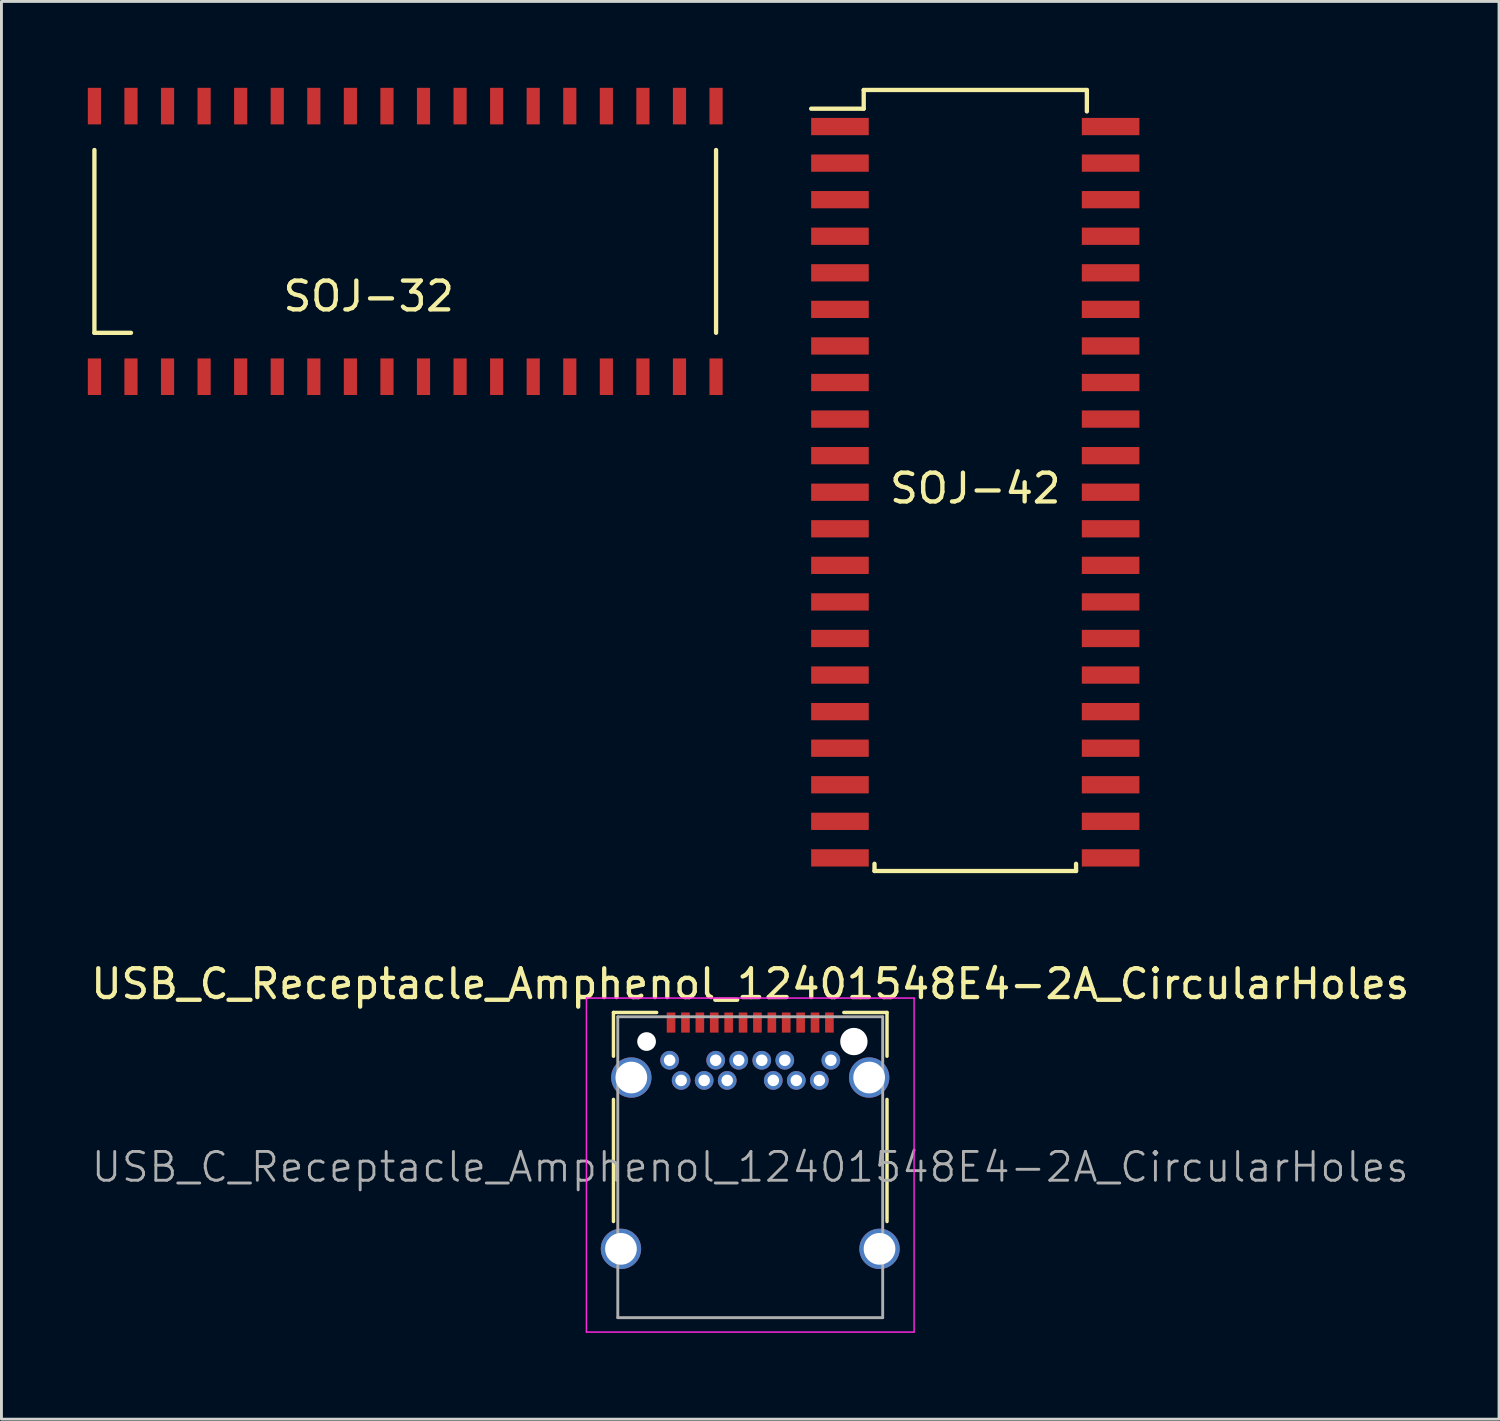
<source format=kicad_pcb>
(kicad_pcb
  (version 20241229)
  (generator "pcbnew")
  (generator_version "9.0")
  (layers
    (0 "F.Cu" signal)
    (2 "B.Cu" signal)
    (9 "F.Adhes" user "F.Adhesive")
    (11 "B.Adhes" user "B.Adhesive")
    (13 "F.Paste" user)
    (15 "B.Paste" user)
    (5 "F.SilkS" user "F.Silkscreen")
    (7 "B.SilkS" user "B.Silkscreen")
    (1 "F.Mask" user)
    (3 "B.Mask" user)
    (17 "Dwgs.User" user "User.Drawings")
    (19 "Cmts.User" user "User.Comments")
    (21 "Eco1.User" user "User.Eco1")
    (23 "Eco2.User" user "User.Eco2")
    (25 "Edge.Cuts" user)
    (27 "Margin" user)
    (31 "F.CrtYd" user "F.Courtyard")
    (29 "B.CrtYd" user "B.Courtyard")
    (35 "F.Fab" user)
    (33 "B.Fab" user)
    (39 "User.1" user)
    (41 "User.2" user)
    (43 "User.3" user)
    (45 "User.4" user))
  (footprint "USB_C_Receptacle_Amphenol_12401548E4-2A_CircularHoles"
    (layer "F.Cu")
    (at 23.006 37.483)
    (property "Reference" "USB_C_Receptacle_Amphenol_12401548E4-2A_CircularHoles" (at 0 -6.36 0) (layer "F.SilkS") (effects (font (size 1 1) (thickness 0.15))))
    (attr smd)
    (fp_line (start -4.75 -5.37) (end -4.75 -3.85) (stroke (width 0.12) (type solid)) (layer "F.SilkS"))
    (fp_line (start -4.75 -5.37) (end -3.25 -5.37) (stroke (width 0.12) (type solid)) (layer "F.SilkS"))
    (fp_line (start -4.75 -2.35) (end -4.75 1.89) (stroke (width 0.12) (type solid)) (layer "F.SilkS"))
    (fp_line (start 3.25 -5.37) (end 4.75 -5.37) (stroke (width 0.12) (type solid)) (layer "F.SilkS"))
    (fp_line (start 4.75 -5.37) (end 4.75 -3.85) (stroke (width 0.12) (type solid)) (layer "F.SilkS"))
    (fp_line (start 4.75 -2.35) (end 4.75 1.89) (stroke (width 0.12) (type solid)) (layer "F.SilkS"))
    (fp_line (start -5.69 -5.87) (end 5.69 -5.87) (stroke (width 0.05) (type solid)) (layer "F.CrtYd"))
    (fp_line (start -5.69 5.73) (end -5.69 -5.87) (stroke (width 0.05) (type solid)) (layer "F.CrtYd"))
    (fp_line (start 5.69 -5.87) (end 5.69 5.73) (stroke (width 0.05) (type solid)) (layer "F.CrtYd"))
    (fp_line (start 5.69 5.73) (end -5.69 5.73) (stroke (width 0.05) (type solid)) (layer "F.CrtYd"))
    (fp_line (start -4.6 -5.22) (end 4.6 -5.22) (stroke (width 0.1) (type solid)) (layer "F.Fab"))
    (fp_line (start -4.6 5.23) (end -4.6 -5.22) (stroke (width 0.1) (type solid)) (layer "F.Fab"))
    (fp_line (start -4.6 5.23) (end 4.6 5.23) (stroke (width 0.1) (type solid)) (layer "F.Fab"))
    (fp_line (start 4.6 5.23) (end 4.6 -5.22) (stroke (width 0.1) (type solid)) (layer "F.Fab"))
    (fp_text user "${REFERENCE}" (at 0 0 0) (layer "F.Fab") (effects (font (size 1 1) (thickness 0.1))))
    (pad "" np_thru_hole circle (at -3.6 -4.36) (size 0.65 0.65) (drill 0.65) (layers "*.Cu" "*.Mask"))
    (pad "" np_thru_hole circle (at 3.6 -4.36) (size 0.95 0.95) (drill 0.95) (layers "*.Cu" "*.Mask"))
    (pad "A1" smd rect (at -2.75 -5.02) (size 0.3 0.7) (layers "F.Cu" "F.Mask" "F.Paste"))
    (pad "A2" smd rect (at -2.25 -5.02) (size 0.3 0.7) (layers "F.Cu" "F.Mask" "F.Paste"))
    (pad "A3" smd rect (at -1.75 -5.02) (size 0.3 0.7) (layers "F.Cu" "F.Mask" "F.Paste"))
    (pad "A4" smd rect (at -1.25 -5.02) (size 0.3 0.7) (layers "F.Cu" "F.Mask" "F.Paste"))
    (pad "A5" smd rect (at -0.75 -5.02) (size 0.3 0.7) (layers "F.Cu" "F.Mask" "F.Paste"))
    (pad "A6" smd rect (at -0.25 -5.02) (size 0.3 0.7) (layers "F.Cu" "F.Mask" "F.Paste"))
    (pad "A7" smd rect (at 0.25 -5.02) (size 0.3 0.7) (layers "F.Cu" "F.Mask" "F.Paste"))
    (pad "A8" smd rect (at 0.75 -5.02) (size 0.3 0.7) (layers "F.Cu" "F.Mask" "F.Paste"))
    (pad "A9" smd rect (at 1.25 -5.02) (size 0.3 0.7) (layers "F.Cu" "F.Mask" "F.Paste"))
    (pad "A10" smd rect (at 1.75 -5.02) (size 0.3 0.7) (layers "F.Cu" "F.Mask" "F.Paste"))
    (pad "A11" smd rect (at 2.25 -5.02) (size 0.3 0.7) (layers "F.Cu" "F.Mask" "F.Paste"))
    (pad "A12" smd rect (at 2.75 -5.02) (size 0.3 0.7) (layers "F.Cu" "F.Mask" "F.Paste"))
    (pad "B1" thru_hole circle (at 2.8 -3.71) (size 0.65 0.65) (drill 0.4) (layers "*.Cu" "*.Mask"))
    (pad "B2" thru_hole circle (at 2.4 -3.01) (size 0.65 0.65) (drill 0.4) (layers "*.Cu" "*.Mask"))
    (pad "B3" thru_hole circle (at 1.6 -3.01) (size 0.65 0.65) (drill 0.4) (layers "*.Cu" "*.Mask"))
    (pad "B4" thru_hole circle (at 1.2 -3.71) (size 0.65 0.65) (drill 0.4) (layers "*.Cu" "*.Mask"))
    (pad "B5" thru_hole circle (at 0.8 -3.01) (size 0.65 0.65) (drill 0.4) (layers "*.Cu" "*.Mask"))
    (pad "B6" thru_hole circle (at 0.4 -3.71) (size 0.65 0.65) (drill 0.4) (layers "*.Cu" "*.Mask"))
    (pad "B7" thru_hole circle (at -0.4 -3.71) (size 0.65 0.65) (drill 0.4) (layers "*.Cu" "*.Mask"))
    (pad "B8" thru_hole circle (at -0.8 -3.01) (size 0.65 0.65) (drill 0.4) (layers "*.Cu" "*.Mask"))
    (pad "B9" thru_hole circle (at -1.2 -3.71) (size 0.65 0.65) (drill 0.4) (layers "*.Cu" "*.Mask"))
    (pad "B10" thru_hole circle (at -1.6 -3.01) (size 0.65 0.65) (drill 0.4) (layers "*.Cu" "*.Mask"))
    (pad "B11" thru_hole circle (at -2.4 -3.01) (size 0.65 0.65) (drill 0.4) (layers "*.Cu" "*.Mask"))
    (pad "B12" thru_hole circle (at -2.8 -3.71) (size 0.65 0.65) (drill 0.4) (layers "*.Cu" "*.Mask"))
    (pad "S1" thru_hole circle (at -4.49 2.84) (size 1.4 1.4) (drill 1.1) (layers "*.Cu" "*.Mask"))
    (pad "S1" thru_hole circle (at -4.13 -3.11) (size 1.4 1.4) (drill 1.1) (layers "*.Cu" "*.Mask"))
    (pad "S1" thru_hole circle (at 4.13 -3.11) (size 1.4 1.4) (drill 1.1) (layers "*.Cu" "*.Mask"))
    (pad "S1" thru_hole circle (at 4.49 2.84) (size 1.4 1.4) (drill 1.1) (layers "*.Cu" "*.Mask")))
  (footprint "SOJ-42"
    (layer "F.Cu")
    (at 30.822 13.41)
    (property "Reference" "SOJ-42" (at 0 0.5 0) (layer "F.SilkS") (effects (font (size 1 1) (thickness 0.15))))
    (attr through_hole)
    (fp_line (start -3.875 -13.335) (end -3.875 -12.685) (stroke (width 0.15) (type solid)) (layer "F.SilkS"))
    (fp_line (start -3.875 -13.335) (end 3.875 -13.335) (stroke (width 0.15) (type solid)) (layer "F.SilkS"))
    (fp_line (start -3.875 -12.685) (end -5.7 -12.685) (stroke (width 0.15) (type solid)) (layer "F.SilkS"))
    (fp_line (start -3.5 13.54) (end -3.5 13.79) (stroke (width 0.15) (type solid)) (layer "F.SilkS"))
    (fp_line (start -3.5 13.79) (end 3.5 13.79) (stroke (width 0.15) (type solid)) (layer "F.SilkS"))
    (fp_line (start 3.5 13.79) (end 3.5 13.54) (stroke (width 0.15) (type solid)) (layer "F.SilkS"))
    (fp_line (start 3.875 -13.335) (end 3.875 -12.59) (stroke (width 0.15) (type solid)) (layer "F.SilkS"))
    (pad "1" smd rect (at -4.7 -12.065) (size 2 0.6) (layers "F.Cu" "F.Mask" "F.Paste"))
    (pad "2" smd rect (at -4.7 -10.795) (size 2 0.6) (layers "F.Cu" "F.Mask" "F.Paste"))
    (pad "3" smd rect (at -4.7 -9.525) (size 2 0.6) (layers "F.Cu" "F.Mask" "F.Paste"))
    (pad "4" smd rect (at -4.7 -8.255) (size 2 0.6) (layers "F.Cu" "F.Mask" "F.Paste"))
    (pad "5" smd rect (at -4.7 -6.985) (size 2 0.6) (layers "F.Cu" "F.Mask" "F.Paste"))
    (pad "6" smd rect (at -4.7 -5.715) (size 2 0.6) (layers "F.Cu" "F.Mask" "F.Paste"))
    (pad "7" smd rect (at -4.7 -4.445) (size 2 0.6) (layers "F.Cu" "F.Mask" "F.Paste"))
    (pad "8" smd rect (at -4.7 -3.175) (size 2 0.6) (layers "F.Cu" "F.Mask" "F.Paste"))
    (pad "9" smd rect (at -4.7 -1.905) (size 2 0.6) (layers "F.Cu" "F.Mask" "F.Paste"))
    (pad "10" smd rect (at -4.7 -0.635) (size 2 0.6) (layers "F.Cu" "F.Mask" "F.Paste"))
    (pad "11" smd rect (at -4.7 0.635) (size 2 0.6) (layers "F.Cu" "F.Mask" "F.Paste"))
    (pad "12" smd rect (at -4.7 1.905) (size 2 0.6) (layers "F.Cu" "F.Mask" "F.Paste"))
    (pad "13" smd rect (at -4.7 3.175) (size 2 0.6) (layers "F.Cu" "F.Mask" "F.Paste"))
    (pad "14" smd rect (at -4.7 4.445) (size 2 0.6) (layers "F.Cu" "F.Mask" "F.Paste"))
    (pad "15" smd rect (at -4.7 5.715) (size 2 0.6) (layers "F.Cu" "F.Mask" "F.Paste"))
    (pad "16" smd rect (at -4.7 6.985) (size 2 0.6) (layers "F.Cu" "F.Mask" "F.Paste"))
    (pad "17" smd rect (at -4.7 8.255) (size 2 0.6) (layers "F.Cu" "F.Mask" "F.Paste"))
    (pad "18" smd rect (at -4.7 9.525) (size 2 0.6) (layers "F.Cu" "F.Mask" "F.Paste"))
    (pad "19" smd rect (at -4.7 10.795) (size 2 0.6) (layers "F.Cu" "F.Mask" "F.Paste"))
    (pad "20" smd rect (at -4.7 12.065) (size 2 0.6) (layers "F.Cu" "F.Mask" "F.Paste"))
    (pad "21" smd rect (at -4.7 13.335) (size 2 0.6) (layers "F.Cu" "F.Mask" "F.Paste"))
    (pad "22" smd rect (at 4.7 13.335) (size 2 0.6) (layers "F.Cu" "F.Mask" "F.Paste"))
    (pad "23" smd rect (at 4.7 12.065) (size 2 0.6) (layers "F.Cu" "F.Mask" "F.Paste"))
    (pad "24" smd rect (at 4.7 10.795) (size 2 0.6) (layers "F.Cu" "F.Mask" "F.Paste"))
    (pad "25" smd rect (at 4.7 9.525) (size 2 0.6) (layers "F.Cu" "F.Mask" "F.Paste"))
    (pad "26" smd rect (at 4.7 8.255) (size 2 0.6) (layers "F.Cu" "F.Mask" "F.Paste"))
    (pad "27" smd rect (at 4.7 6.985) (size 2 0.6) (layers "F.Cu" "F.Mask" "F.Paste"))
    (pad "28" smd rect (at 4.7 5.715) (size 2 0.6) (layers "F.Cu" "F.Mask" "F.Paste"))
    (pad "29" smd rect (at 4.7 4.445) (size 2 0.6) (layers "F.Cu" "F.Mask" "F.Paste"))
    (pad "30" smd rect (at 4.7 3.175) (size 2 0.6) (layers "F.Cu" "F.Mask" "F.Paste"))
    (pad "31" smd rect (at 4.7 1.905) (size 2 0.6) (layers "F.Cu" "F.Mask" "F.Paste"))
    (pad "32" smd rect (at 4.7 0.635) (size 2 0.6) (layers "F.Cu" "F.Mask" "F.Paste"))
    (pad "33" smd rect (at 4.7 -0.635) (size 2 0.6) (layers "F.Cu" "F.Mask" "F.Paste"))
    (pad "34" smd rect (at 4.7 -1.905) (size 2 0.6) (layers "F.Cu" "F.Mask" "F.Paste"))
    (pad "35" smd rect (at 4.7 -3.175) (size 2 0.6) (layers "F.Cu" "F.Mask" "F.Paste"))
    (pad "36" smd rect (at 4.7 -4.445) (size 2 0.6) (layers "F.Cu" "F.Mask" "F.Paste"))
    (pad "37" smd rect (at 4.7 -5.715) (size 2 0.6) (layers "F.Cu" "F.Mask" "F.Paste"))
    (pad "38" smd rect (at 4.7 -6.985) (size 2 0.6) (layers "F.Cu" "F.Mask" "F.Paste"))
    (pad "39" smd rect (at 4.7 -8.255) (size 2 0.6) (layers "F.Cu" "F.Mask" "F.Paste"))
    (pad "40" smd rect (at 4.7 -9.525) (size 2 0.6) (layers "F.Cu" "F.Mask" "F.Paste"))
    (pad "41" smd rect (at 4.7 -10.795) (size 2 0.6) (layers "F.Cu" "F.Mask" "F.Paste"))
    (pad "42" smd rect (at 4.7 -12.065) (size 2 0.6) (layers "F.Cu" "F.Mask" "F.Paste")))
  (footprint "SOJ-32"
    (layer "F.Cu")
    (at 9.754 5.334)
    (property "Reference" "SOJ-32" (at 0 1.905 0) (layer "F.SilkS") (effects (font (size 1 1) (thickness 0.15))))
    (attr smd)
    (fp_line (start -9.525 -3.175) (end -9.525 3.175) (stroke (width 0.15) (type solid)) (layer "F.SilkS"))
    (fp_line (start -9.525 3.175) (end -8.255 3.175) (stroke (width 0.15) (type solid)) (layer "F.SilkS"))
    (fp_line (start 12.065 3.175) (end 12.065 -3.175) (stroke (width 0.15) (type solid)) (layer "F.SilkS"))
    (pad "1" smd rect (at -9.525 4.699) (size 0.457 1.27) (layers "F.Cu" "F.Mask" "F.Paste"))
    (pad "2" smd rect (at -8.255 4.699) (size 0.457 1.27) (layers "F.Cu" "F.Mask" "F.Paste"))
    (pad "3" smd rect (at -6.985 4.699) (size 0.457 1.27) (layers "F.Cu" "F.Mask" "F.Paste"))
    (pad "4" smd rect (at -5.715 4.699) (size 0.457 1.27) (layers "F.Cu" "F.Mask" "F.Paste"))
    (pad "5" smd rect (at -4.445 4.699) (size 0.457 1.27) (layers "F.Cu" "F.Mask" "F.Paste"))
    (pad "6" smd rect (at -3.175 4.699) (size 0.457 1.27) (layers "F.Cu" "F.Mask" "F.Paste"))
    (pad "7" smd rect (at -1.905 4.699) (size 0.457 1.27) (layers "F.Cu" "F.Mask" "F.Paste"))
    (pad "8" smd rect (at -0.635 4.699) (size 0.457 1.27) (layers "F.Cu" "F.Mask" "F.Paste"))
    (pad "9" smd rect (at 0.635 4.699) (size 0.457 1.27) (layers "F.Cu" "F.Mask" "F.Paste"))
    (pad "10" smd rect (at 1.905 4.699) (size 0.457 1.27) (layers "F.Cu" "F.Mask" "F.Paste"))
    (pad "11" smd rect (at 3.175 4.699) (size 0.457 1.27) (layers "F.Cu" "F.Mask" "F.Paste"))
    (pad "12" smd rect (at 4.445 4.699) (size 0.457 1.27) (layers "F.Cu" "F.Mask" "F.Paste"))
    (pad "13" smd rect (at 5.715 4.699) (size 0.457 1.27) (layers "F.Cu" "F.Mask" "F.Paste"))
    (pad "14" smd rect (at 6.985 4.699) (size 0.457 1.27) (layers "F.Cu" "F.Mask" "F.Paste"))
    (pad "15" smd rect (at 8.255 4.699) (size 0.457 1.27) (layers "F.Cu" "F.Mask" "F.Paste"))
    (pad "16" smd rect (at 9.525 4.699) (size 0.457 1.27) (layers "F.Cu" "F.Mask" "F.Paste"))
    (pad "17" smd rect (at 10.795 4.699) (size 0.457 1.27) (layers "F.Cu" "F.Mask" "F.Paste"))
    (pad "18" smd rect (at 12.065 4.699) (size 0.457 1.27) (layers "F.Cu" "F.Mask" "F.Paste"))
    (pad "19" smd rect (at 12.065 -4.699) (size 0.457 1.27) (layers "F.Cu" "F.Mask" "F.Paste"))
    (pad "20" smd rect (at 10.795 -4.699) (size 0.457 1.27) (layers "F.Cu" "F.Mask" "F.Paste"))
    (pad "21" smd rect (at 9.525 -4.699) (size 0.457 1.27) (layers "F.Cu" "F.Mask" "F.Paste"))
    (pad "22" smd rect (at 8.255 -4.699) (size 0.457 1.27) (layers "F.Cu" "F.Mask" "F.Paste"))
    (pad "23" smd rect (at 6.985 -4.699) (size 0.457 1.27) (layers "F.Cu" "F.Mask" "F.Paste"))
    (pad "24" smd rect (at 5.715 -4.699) (size 0.457 1.27) (layers "F.Cu" "F.Mask" "F.Paste"))
    (pad "25" smd rect (at 4.445 -4.699) (size 0.457 1.27) (layers "F.Cu" "F.Mask" "F.Paste"))
    (pad "26" smd rect (at 3.175 -4.699) (size 0.457 1.27) (layers "F.Cu" "F.Mask" "F.Paste"))
    (pad "27" smd rect (at 1.905 -4.699) (size 0.457 1.27) (layers "F.Cu" "F.Mask" "F.Paste"))
    (pad "28" smd rect (at 0.635 -4.699) (size 0.457 1.27) (layers "F.Cu" "F.Mask" "F.Paste"))
    (pad "29" smd rect (at -0.635 -4.699) (size 0.457 1.27) (layers "F.Cu" "F.Mask" "F.Paste"))
    (pad "30" smd rect (at -1.905 -4.699) (size 0.457 1.27) (layers "F.Cu" "F.Mask" "F.Paste"))
    (pad "31" smd rect (at -3.175 -4.699) (size 0.457 1.27) (layers "F.Cu" "F.Mask" "F.Paste"))
    (pad "32" smd rect (at -4.445 -4.699) (size 0.457 1.27) (layers "F.Cu" "F.Mask" "F.Paste"))
    (pad "33" smd rect (at -5.715 -4.699) (size 0.457 1.27) (layers "F.Cu" "F.Mask" "F.Paste"))
    (pad "34" smd rect (at -6.985 -4.699) (size 0.457 1.27) (layers "F.Cu" "F.Mask" "F.Paste"))
    (pad "35" smd rect (at -8.255 -4.699) (size 0.457 1.27) (layers "F.Cu" "F.Mask" "F.Paste"))
    (pad "36" smd rect (at -9.525 -4.699) (size 0.457 1.27) (layers "F.Cu" "F.Mask" "F.Paste")))
  (gr_rect
    (start -3 -3)
    (end 49.012 46.238)
    (stroke (width 0.1) (type default))
    (fill no)
    (layer "Edge.Cuts")))
</source>
